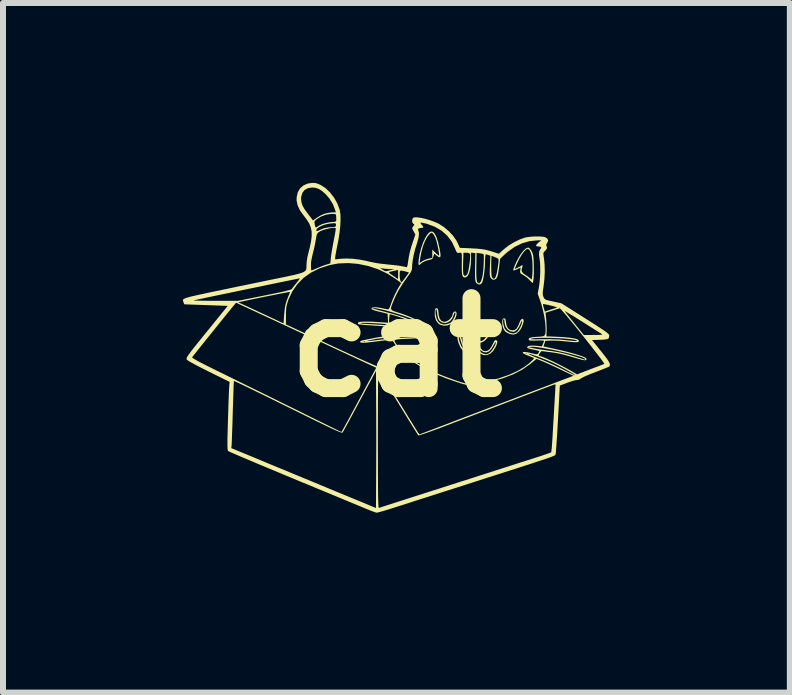
<source format=kicad_pcb>
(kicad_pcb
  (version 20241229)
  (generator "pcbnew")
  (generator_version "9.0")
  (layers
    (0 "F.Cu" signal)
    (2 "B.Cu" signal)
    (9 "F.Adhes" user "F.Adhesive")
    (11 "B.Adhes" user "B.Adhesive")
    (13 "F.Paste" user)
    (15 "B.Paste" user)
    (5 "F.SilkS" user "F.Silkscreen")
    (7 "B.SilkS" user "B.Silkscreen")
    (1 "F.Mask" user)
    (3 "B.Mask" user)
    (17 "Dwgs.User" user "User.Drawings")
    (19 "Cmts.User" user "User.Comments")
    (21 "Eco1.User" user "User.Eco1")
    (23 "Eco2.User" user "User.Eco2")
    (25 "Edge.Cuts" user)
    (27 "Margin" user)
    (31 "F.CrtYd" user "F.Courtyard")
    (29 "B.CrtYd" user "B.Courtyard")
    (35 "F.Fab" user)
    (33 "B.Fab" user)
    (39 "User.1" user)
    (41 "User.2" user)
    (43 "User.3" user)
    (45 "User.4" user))
  (footprint "cat"
    (layer "F.Cu")
    (at 3.563 2.744)
    (property "Reference" "cat" (at 0 0 0) (layer "F.SilkS") (effects (font (size 1.5 1.5) (thickness 0.3))))
    (attr board_only exclude_from_pos_files exclude_from_bom)
    (fp_poly (pts (xy 1.812 -0.48) (xy 1.82 -0.457) (xy 1.822 -0.44) (xy 1.834 -0.369) (xy 1.857 -0.32) (xy 1.892 -0.293) (xy 1.936 -0.285) (xy 1.974 -0.293) (xy 2.005 -0.318) (xy 2.031 -0.365) (xy 2.046 -0.405) (xy 2.065 -0.448) (xy 2.086 -0.473) (xy 2.104 -0.478) (xy 2.118 -0.461) (xy 2.119 -0.432) (xy 2.108 -0.389) (xy 2.089 -0.341) (xy 2.065 -0.296) (xy 2.04 -0.264) (xy 1.995 -0.227) (xy 1.949 -0.214) (xy 1.895 -0.222) (xy 1.886 -0.226) (xy 1.847 -0.243) (xy 1.815 -0.263) (xy 1.811 -0.266) (xy 1.785 -0.305) (xy 1.767 -0.359) (xy 1.762 -0.419) (xy 1.777 -0.419) (xy 1.784 -0.377) (xy 1.796 -0.334) (xy 1.805 -0.312) (xy 1.836 -0.276) (xy 1.882 -0.248) (xy 1.933 -0.234) (xy 1.943 -0.233) (xy 1.978 -0.241) (xy 2.01 -0.258) (xy 2.033 -0.285) (xy 2.058 -0.326) (xy 2.079 -0.37) (xy 2.092 -0.411) (xy 2.094 -0.438) (xy 2.088 -0.44) (xy 2.077 -0.42) (xy 2.067 -0.395) (xy 2.041 -0.339) (xy 2.008 -0.294) (xy 1.972 -0.266) (xy 1.945 -0.259) (xy 1.891 -0.271) (xy 1.846 -0.304) (xy 1.815 -0.353) (xy 1.8 -0.416) (xy 1.799 -0.434) (xy 1.796 -0.466) (xy 1.786 -0.472) (xy 1.785 -0.472) (xy 1.777 -0.453) (xy 1.777 -0.419) (xy 1.762 -0.419) (xy 1.762 -0.42) (xy 1.763 -0.434) (xy 1.768 -0.468) (xy 1.779 -0.483) (xy 1.793 -0.485)) (stroke (width 0) (type solid)) (fill yes) (layer "F.SilkS"))
    (fp_poly (pts (xy 0.604 -1.929) (xy 0.635 -1.901) (xy 0.663 -1.847) (xy 0.689 -1.77) (xy 0.698 -1.734) (xy 0.718 -1.645) (xy 0.73 -1.58) (xy 0.734 -1.536) (xy 0.731 -1.511) (xy 0.719 -1.503) (xy 0.698 -1.511) (xy 0.668 -1.532) (xy 0.667 -1.533) (xy 0.628 -1.564) (xy 0.615 -1.517) (xy 0.603 -1.486) (xy 0.585 -1.47) (xy 0.551 -1.461) (xy 0.548 -1.461) (xy 0.485 -1.444) (xy 0.433 -1.418) (xy 0.402 -1.393) (xy 0.382 -1.374) (xy 0.37 -1.377) (xy 0.365 -1.403) (xy 0.366 -1.407) (xy 0.385 -1.407) (xy 0.425 -1.435) (xy 0.462 -1.456) (xy 0.51 -1.474) (xy 0.53 -1.479) (xy 0.596 -1.495) (xy 0.596 -1.563) (xy 0.596 -1.631) (xy 0.649 -1.579) (xy 0.679 -1.552) (xy 0.7 -1.535) (xy 0.708 -1.532) (xy 0.71 -1.548) (xy 0.706 -1.583) (xy 0.698 -1.63) (xy 0.688 -1.684) (xy 0.675 -1.737) (xy 0.663 -1.784) (xy 0.659 -1.795) (xy 0.642 -1.84) (xy 0.622 -1.878) (xy 0.608 -1.897) (xy 0.589 -1.911) (xy 0.574 -1.91) (xy 0.553 -1.892) (xy 0.55 -1.889) (xy 0.511 -1.841) (xy 0.474 -1.772) (xy 0.441 -1.688) (xy 0.415 -1.594) (xy 0.396 -1.496) (xy 0.394 -1.482) (xy 0.385 -1.407) (xy 0.366 -1.407) (xy 0.368 -1.452) (xy 0.369 -1.46) (xy 0.385 -1.56) (xy 0.411 -1.66) (xy 0.444 -1.753) (xy 0.482 -1.833) (xy 0.523 -1.895) (xy 0.538 -1.911) (xy 0.572 -1.933)) (stroke (width 0) (type solid)) (fill yes) (layer "F.SilkS"))
    (fp_poly (pts (xy 0.685 -0.648) (xy 0.694 -0.626) (xy 0.696 -0.608) (xy 0.705 -0.532) (xy 0.721 -0.479) (xy 0.746 -0.445) (xy 0.78 -0.429) (xy 0.804 -0.427) (xy 0.839 -0.437) (xy 0.877 -0.461) (xy 0.91 -0.494) (xy 0.929 -0.527) (xy 0.932 -0.542) (xy 0.94 -0.572) (xy 0.958 -0.594) (xy 0.981 -0.6) (xy 0.992 -0.594) (xy 1.002 -0.57) (xy 0.998 -0.533) (xy 0.983 -0.49) (xy 0.958 -0.446) (xy 0.928 -0.408) (xy 0.902 -0.388) (xy 0.846 -0.366) (xy 0.785 -0.363) (xy 0.728 -0.378) (xy 0.7 -0.396) (xy 0.66 -0.446) (xy 0.639 -0.514) (xy 0.637 -0.589) (xy 0.639 -0.614) (xy 0.65 -0.614) (xy 0.65 -0.575) (xy 0.658 -0.529) (xy 0.67 -0.483) (xy 0.686 -0.445) (xy 0.69 -0.438) (xy 0.73 -0.4) (xy 0.782 -0.383) (xy 0.843 -0.389) (xy 0.895 -0.409) (xy 0.917 -0.428) (xy 0.94 -0.458) (xy 0.96 -0.495) (xy 0.976 -0.531) (xy 0.983 -0.562) (xy 0.98 -0.58) (xy 0.974 -0.583) (xy 0.963 -0.571) (xy 0.954 -0.544) (xy 0.953 -0.543) (xy 0.932 -0.487) (xy 0.898 -0.445) (xy 0.854 -0.417) (xy 0.806 -0.406) (xy 0.76 -0.414) (xy 0.719 -0.441) (xy 0.705 -0.459) (xy 0.692 -0.489) (xy 0.682 -0.534) (xy 0.677 -0.57) (xy 0.671 -0.615) (xy 0.663 -0.636) (xy 0.657 -0.636) (xy 0.65 -0.614) (xy 0.639 -0.614) (xy 0.641 -0.628) (xy 0.648 -0.648) (xy 0.663 -0.654) (xy 0.667 -0.654)) (stroke (width 0) (type solid)) (fill yes) (layer "F.SilkS"))
    (fp_poly (pts (xy 2.205 -1.663) (xy 2.225 -1.646) (xy 2.247 -1.616) (xy 2.256 -1.6) (xy 2.268 -1.573) (xy 2.277 -1.541) (xy 2.283 -1.499) (xy 2.287 -1.441) (xy 2.289 -1.382) (xy 2.29 -1.3) (xy 2.29 -1.225) (xy 2.286 -1.162) (xy 2.281 -1.113) (xy 2.275 -1.083) (xy 2.268 -1.076) (xy 2.255 -1.085) (xy 2.232 -1.109) (xy 2.217 -1.125) (xy 2.179 -1.162) (xy 2.132 -1.196) (xy 2.116 -1.205) (xy 2.081 -1.225) (xy 2.064 -1.241) (xy 2.06 -1.261) (xy 2.062 -1.284) (xy 2.069 -1.332) (xy 2.012 -1.304) (xy 1.978 -1.29) (xy 1.953 -1.284) (xy 1.947 -1.285) (xy 1.947 -1.301) (xy 1.95 -1.308) (xy 1.969 -1.308) (xy 2.002 -1.321) (xy 2.039 -1.339) (xy 2.063 -1.353) (xy 2.091 -1.37) (xy 2.103 -1.367) (xy 2.099 -1.345) (xy 2.097 -1.339) (xy 2.085 -1.297) (xy 2.089 -1.266) (xy 2.111 -1.237) (xy 2.155 -1.206) (xy 2.158 -1.204) (xy 2.198 -1.177) (xy 2.229 -1.152) (xy 2.245 -1.136) (xy 2.252 -1.136) (xy 2.258 -1.157) (xy 2.263 -1.195) (xy 2.267 -1.247) (xy 2.268 -1.306) (xy 2.268 -1.369) (xy 2.265 -1.431) (xy 2.264 -1.451) (xy 2.254 -1.524) (xy 2.238 -1.582) (xy 2.218 -1.623) (xy 2.195 -1.643) (xy 2.188 -1.644) (xy 2.16 -1.632) (xy 2.127 -1.599) (xy 2.089 -1.548) (xy 2.049 -1.481) (xy 2.01 -1.402) (xy 2.001 -1.382) (xy 1.969 -1.308) (xy 1.95 -1.308) (xy 1.958 -1.334) (xy 1.976 -1.379) (xy 2 -1.43) (xy 2.027 -1.482) (xy 2.055 -1.53) (xy 2.069 -1.553) (xy 2.115 -1.613) (xy 2.156 -1.65) (xy 2.19 -1.665)) (stroke (width 0) (type solid)) (fill yes) (layer "F.SilkS"))
    (fp_poly (pts (xy 1.402 -0.294) (xy 1.454 -0.274) (xy 1.496 -0.247) (xy 1.522 -0.214) (xy 1.528 -0.191) (xy 1.517 -0.162) (xy 1.49 -0.13) (xy 1.455 -0.101) (xy 1.418 -0.084) (xy 1.412 -0.082) (xy 1.385 -0.074) (xy 1.378 -0.059) (xy 1.38 -0.04) (xy 1.402 0.014) (xy 1.435 0.049) (xy 1.475 0.063) (xy 1.52 0.054) (xy 1.527 0.05) (xy 1.552 0.028) (xy 1.579 -0.008) (xy 1.589 -0.026) (xy 1.614 -0.076) (xy 1.631 -0.106) (xy 1.644 -0.12) (xy 1.656 -0.123) (xy 1.663 -0.121) (xy 1.679 -0.108) (xy 1.681 -0.083) (xy 1.668 -0.042) (xy 1.652 -0.006) (xy 1.613 0.058) (xy 1.565 0.103) (xy 1.512 0.127) (xy 1.458 0.129) (xy 1.418 0.114) (xy 1.388 0.094) (xy 1.365 0.076) (xy 1.345 0.061) (xy 1.326 0.059) (xy 1.296 0.069) (xy 1.291 0.071) (xy 1.221 0.089) (xy 1.16 0.084) (xy 1.108 0.054) (xy 1.065 0.001) (xy 1.033 -0.075) (xy 1.024 -0.107) (xy 1.017 -0.144) (xy 1.039 -0.144) (xy 1.049 -0.102) (xy 1.066 -0.055) (xy 1.087 -0.011) (xy 1.109 0.023) (xy 1.113 0.028) (xy 1.159 0.057) (xy 1.215 0.066) (xy 1.273 0.054) (xy 1.303 0.04) (xy 1.343 0.015) (xy 1.369 0.051) (xy 1.404 0.081) (xy 1.452 0.105) (xy 1.493 0.115) (xy 1.51 0.111) (xy 1.539 0.098) (xy 1.541 0.097) (xy 1.569 0.074) (xy 1.6 0.036) (xy 1.628 -0.009) (xy 1.649 -0.052) (xy 1.656 -0.084) (xy 1.651 -0.09) (xy 1.638 -0.073) (xy 1.624 -0.046) (xy 1.584 0.022) (xy 1.543 0.066) (xy 1.5 0.084) (xy 1.455 0.079) (xy 1.438 0.072) (xy 1.39 0.035) (xy 1.364 -0.015) (xy 1.359 -0.055) (xy 1.361 -0.087) (xy 1.371 -0.1) (xy 1.393 -0.104) (xy 1.396 -0.104) (xy 1.429 -0.113) (xy 1.462 -0.135) (xy 1.488 -0.165) (xy 1.5 -0.194) (xy 1.5 -0.201) (xy 1.482 -0.232) (xy 1.446 -0.257) (xy 1.399 -0.273) (xy 1.347 -0.281) (xy 1.297 -0.279) (xy 1.255 -0.267) (xy 1.228 -0.244) (xy 1.224 -0.237) (xy 1.226 -0.21) (xy 1.243 -0.176) (xy 1.27 -0.143) (xy 1.302 -0.119) (xy 1.308 -0.116) (xy 1.337 -0.099) (xy 1.345 -0.075) (xy 1.334 -0.04) (xy 1.328 -0.028) (xy 1.293 0.013) (xy 1.242 0.038) (xy 1.202 0.043) (xy 1.16 0.031) (xy 1.121 -0.002) (xy 1.09 -0.051) (xy 1.075 -0.093) (xy 1.061 -0.143) (xy 1.052 -0.171) (xy 1.045 -0.179) (xy 1.04 -0.172) (xy 1.039 -0.144) (xy 1.017 -0.144) (xy 1.015 -0.154) (xy 1.018 -0.181) (xy 1.033 -0.193) (xy 1.049 -0.194) (xy 1.072 -0.182) (xy 1.082 -0.159) (xy 1.097 -0.097) (xy 1.11 -0.055) (xy 1.123 -0.027) (xy 1.14 -0.007) (xy 1.148 -0.001) (xy 1.193 0.022) (xy 1.236 0.02) (xy 1.279 -0.008) (xy 1.283 -0.012) (xy 1.312 -0.049) (xy 1.318 -0.077) (xy 1.301 -0.095) (xy 1.295 -0.097) (xy 1.264 -0.117) (xy 1.234 -0.151) (xy 1.212 -0.191) (xy 1.204 -0.223) (xy 1.212 -0.257) (xy 1.239 -0.281) (xy 1.288 -0.298) (xy 1.291 -0.298) (xy 1.346 -0.303)) (stroke (width 0) (type solid)) (fill yes) (layer "F.SilkS"))
    (fp_poly (pts (xy -1.34 -2.739) (xy -1.3 -2.724) (xy -1.262 -2.707) (xy -1.182 -2.655) (xy -1.107 -2.582) (xy -1.04 -2.495) (xy -0.986 -2.398) (xy -0.949 -2.298) (xy -0.945 -2.28) (xy -0.935 -2.211) (xy -0.934 -2.122) (xy -0.939 -2.018) (xy -0.952 -1.903) (xy -0.971 -1.783) (xy -0.983 -1.722) (xy -0.997 -1.653) (xy -1.009 -1.59) (xy -1.018 -1.54) (xy -1.022 -1.508) (xy -1.023 -1.501) (xy -1.023 -1.468) (xy -0.929 -1.479) (xy -0.839 -1.483) (xy -0.734 -1.479) (xy -0.621 -1.465) (xy -0.507 -1.444) (xy -0.459 -1.432) (xy -0.399 -1.419) (xy -0.324 -1.405) (xy -0.242 -1.394) (xy -0.168 -1.386) (xy -0.07 -1.376) (xy 0.018 -1.366) (xy 0.089 -1.355) (xy 0.142 -1.344) (xy 0.164 -1.337) (xy 0.176 -1.345) (xy 0.185 -1.378) (xy 0.187 -1.394) (xy 0.203 -1.499) (xy 0.222 -1.592) (xy 0.247 -1.684) (xy 0.268 -1.747) (xy 0.314 -1.883) (xy 0.284 -1.938) (xy 0.266 -1.971) (xy 0.261 -1.991) (xy 0.267 -2.006) (xy 0.279 -2.02) (xy 0.295 -2.04) (xy 0.294 -2.052) (xy 0.281 -2.06) (xy 0.264 -2.083) (xy 0.259 -2.116) (xy 0.268 -2.148) (xy 0.278 -2.162) (xy 0.305 -2.17) (xy 0.35 -2.169) (xy 0.41 -2.16) (xy 0.478 -2.145) (xy 0.551 -2.124) (xy 0.623 -2.098) (xy 0.689 -2.07) (xy 0.706 -2.061) (xy 0.79 -2.008) (xy 0.87 -1.94) (xy 0.941 -1.864) (xy 0.997 -1.785) (xy 1.017 -1.746) (xy 1.055 -1.661) (xy 1.236 -1.653) (xy 1.325 -1.648) (xy 1.396 -1.642) (xy 1.456 -1.634) (xy 1.513 -1.622) (xy 1.575 -1.604) (xy 1.62 -1.59) (xy 1.707 -1.562) (xy 1.787 -1.635) (xy 1.865 -1.696) (xy 1.956 -1.752) (xy 2.051 -1.799) (xy 2.14 -1.831) (xy 2.143 -1.832) (xy 2.195 -1.841) (xy 2.258 -1.848) (xy 2.326 -1.851) (xy 2.391 -1.85) (xy 2.444 -1.846) (xy 2.478 -1.839) (xy 2.514 -1.816) (xy 2.528 -1.786) (xy 2.517 -1.751) (xy 2.512 -1.745) (xy 2.496 -1.714) (xy 2.499 -1.695) (xy 2.51 -1.665) (xy 2.501 -1.637) (xy 2.477 -1.611) (xy 2.46 -1.594) (xy 2.45 -1.577) (xy 2.449 -1.554) (xy 2.453 -1.518) (xy 2.458 -1.49) (xy 2.469 -1.384) (xy 2.472 -1.264) (xy 2.466 -1.139) (xy 2.452 -1.018) (xy 2.443 -0.957) (xy 2.438 -0.914) (xy 2.439 -0.885) (xy 2.443 -0.861) (xy 2.451 -0.841) (xy 2.46 -0.822) (xy 2.472 -0.807) (xy 2.49 -0.796) (xy 2.521 -0.786) (xy 2.569 -0.775) (xy 2.611 -0.766) (xy 2.751 -0.735) (xy 3.149 -0.483) (xy 3.253 -0.417) (xy 3.338 -0.363) (xy 3.404 -0.319) (xy 3.455 -0.285) (xy 3.493 -0.259) (xy 3.518 -0.239) (xy 3.535 -0.223) (xy 3.543 -0.211) (xy 3.547 -0.2) (xy 3.547 -0.195) (xy 3.542 -0.163) (xy 3.53 -0.144) (xy 3.511 -0.138) (xy 3.472 -0.132) (xy 3.42 -0.128) (xy 3.387 -0.127) (xy 3.26 -0.123) (xy 3.41 0.063) (xy 3.469 0.137) (xy 3.513 0.195) (xy 3.541 0.239) (xy 3.556 0.272) (xy 3.559 0.296) (xy 3.552 0.313) (xy 3.544 0.32) (xy 3.527 0.328) (xy 3.49 0.344) (xy 3.437 0.365) (xy 3.373 0.39) (xy 3.311 0.414) (xy 3.24 0.441) (xy 3.176 0.468) (xy 3.124 0.491) (xy 3.088 0.51) (xy 3.073 0.519) (xy 3.042 0.538) (xy 3.009 0.544) (xy 2.979 0.548) (xy 2.933 0.56) (xy 2.878 0.578) (xy 2.846 0.59) (xy 2.723 0.636) (xy 2.693 1.195) (xy 2.686 1.314) (xy 2.68 1.425) (xy 2.673 1.526) (xy 2.667 1.615) (xy 2.662 1.687) (xy 2.658 1.741) (xy 2.654 1.774) (xy 2.653 1.782) (xy 2.651 1.787) (xy 2.65 1.791) (xy 2.646 1.795) (xy 2.64 1.799) (xy 2.63 1.805) (xy 2.615 1.812) (xy 2.592 1.821) (xy 2.562 1.832) (xy 2.522 1.846) (xy 2.472 1.864) (xy 2.41 1.884) (xy 2.334 1.909) (xy 2.244 1.939) (xy 2.138 1.973) (xy 2.015 2.013) (xy 1.874 2.058) (xy 1.713 2.11) (xy 1.53 2.168) (xy 1.326 2.234) (xy 1.146 2.292) (xy 0.993 2.341) (xy 0.839 2.39) (xy 0.689 2.438) (xy 0.544 2.485) (xy 0.407 2.528) (xy 0.283 2.568) (xy 0.173 2.604) (xy 0.081 2.633) (xy 0.009 2.656) (xy -0.007 2.661) (xy -0.092 2.688) (xy -0.169 2.712) (xy -0.235 2.732) (xy -0.287 2.746) (xy -0.321 2.755) (xy -0.331 2.756) (xy -0.352 2.751) (xy -0.391 2.737) (xy -0.444 2.717) (xy -0.504 2.692) (xy -0.518 2.687) (xy -0.554 2.671) (xy -0.613 2.647) (xy -0.691 2.615) (xy -0.787 2.575) (xy -0.898 2.529) (xy -1.023 2.477) (xy -1.16 2.42) (xy -1.306 2.36) (xy -1.459 2.296) (xy -1.618 2.231) (xy -1.735 2.182) (xy -1.892 2.117) (xy -2.042 2.054) (xy -2.184 1.995) (xy -2.316 1.94) (xy -2.436 1.889) (xy -2.543 1.844) (xy -2.634 1.805) (xy -2.707 1.774) (xy -2.762 1.75) (xy -2.796 1.734) (xy -2.808 1.728) (xy -2.813 1.72) (xy -2.816 1.706) (xy -2.819 1.683) (xy -2.819 1.679) (xy -2.756 1.679) (xy -2.371 1.838) (xy -2.261 1.884) (xy -2.134 1.937) (xy -1.996 1.994) (xy -1.854 2.052) (xy -1.716 2.11) (xy -1.586 2.163) (xy -1.541 2.182) (xy -1.417 2.233) (xy -1.283 2.289) (xy -1.143 2.347) (xy -1.005 2.404) (xy -0.875 2.458) (xy -0.759 2.506) (xy -0.719 2.522) (xy -0.343 2.678) (xy -0.34 2.11) (xy -0.339 1.962) (xy -0.339 1.795) (xy -0.338 1.617) (xy -0.338 1.533) (xy -0.311 1.533) (xy -0.311 1.738) (xy -0.31 1.92) (xy -0.31 2.078) (xy -0.309 2.214) (xy -0.309 2.329) (xy -0.308 2.426) (xy -0.307 2.504) (xy -0.305 2.566) (xy -0.303 2.613) (xy -0.301 2.646) (xy -0.299 2.666) (xy -0.296 2.676) (xy -0.295 2.676) (xy -0.278 2.671) (xy -0.24 2.659) (xy -0.186 2.641) (xy -0.119 2.62) (xy -0.044 2.596) (xy -0.032 2.592) (xy 0.023 2.574) (xy 0.099 2.55) (xy 0.195 2.519) (xy 0.307 2.483) (xy 0.433 2.443) (xy 0.569 2.399) (xy 0.714 2.353) (xy 0.863 2.305) (xy 1.015 2.256) (xy 1.081 2.235) (xy 1.23 2.188) (xy 1.375 2.141) (xy 1.513 2.097) (xy 1.643 2.055) (xy 1.762 2.017) (xy 1.868 1.983) (xy 1.958 1.954) (xy 2.029 1.931) (xy 2.079 1.915) (xy 2.097 1.91) (xy 2.234 1.866) (xy 2.346 1.83) (xy 2.435 1.801) (xy 2.502 1.778) (xy 2.548 1.762) (xy 2.573 1.752) (xy 2.579 1.749) (xy 2.582 1.735) (xy 2.586 1.698) (xy 2.591 1.642) (xy 2.596 1.57) (xy 2.602 1.485) (xy 2.607 1.392) (xy 2.608 1.379) (xy 2.614 1.271) (xy 2.621 1.16) (xy 2.627 1.051) (xy 2.633 0.952) (xy 2.638 0.867) (xy 2.641 0.816) (xy 2.645 0.747) (xy 2.648 0.688) (xy 2.65 0.644) (xy 2.65 0.618) (xy 2.65 0.613) (xy 2.638 0.617) (xy 2.606 0.628) (xy 2.56 0.644) (xy 2.512 0.663) (xy 2.442 0.689) (xy 2.352 0.723) (xy 2.244 0.764) (xy 2.121 0.811) (xy 1.986 0.863) (xy 1.843 0.917) (xy 1.694 0.974) (xy 1.543 1.032) (xy 1.393 1.089) (xy 1.246 1.145) (xy 1.107 1.198) (xy 0.978 1.247) (xy 0.862 1.292) (xy 0.83 1.304) (xy 0.728 1.343) (xy 0.632 1.378) (xy 0.547 1.409) (xy 0.475 1.434) (xy 0.419 1.453) (xy 0.381 1.464) (xy 0.364 1.468) (xy 0.363 1.467) (xy 0.354 1.454) (xy 0.334 1.422) (xy 0.302 1.371) (xy 0.261 1.305) (xy 0.212 1.227) (xy 0.157 1.137) (xy 0.096 1.038) (xy 0.039 0.945) (xy -0.026 0.84) (xy -0.086 0.741) (xy -0.142 0.651) (xy -0.191 0.571) (xy -0.232 0.505) (xy -0.264 0.454) (xy -0.285 0.421) (xy -0.293 0.408) (xy -0.296 0.407) (xy -0.299 0.413) (xy -0.301 0.428) (xy -0.303 0.453) (xy -0.305 0.491) (xy -0.306 0.541) (xy -0.308 0.607) (xy -0.309 0.688) (xy -0.309 0.787) (xy -0.31 0.906) (xy -0.31 1.045) (xy -0.311 1.205) (xy -0.311 1.39) (xy -0.311 1.533) (xy -0.338 1.533) (xy -0.338 1.436) (xy -0.339 1.258) (xy -0.339 1.093) (xy -0.34 0.967) (xy -0.343 0.392) (xy -0.615 0.896) (xy -0.672 1.002) (xy -0.725 1.101) (xy -0.774 1.191) (xy -0.816 1.269) (xy -0.852 1.334) (xy -0.878 1.382) (xy -0.895 1.412) (xy -0.9 1.42) (xy -0.906 1.422) (xy -0.92 1.42) (xy -0.943 1.412) (xy -0.976 1.399) (xy -1.022 1.379) (xy -1.082 1.352) (xy -1.157 1.316) (xy -1.25 1.271) (xy -1.361 1.217) (xy -1.493 1.152) (xy -1.586 1.106) (xy -1.793 1.004) (xy -1.978 0.913) (xy -2.14 0.833) (xy -2.281 0.764) (xy -2.402 0.705) (xy -2.501 0.657) (xy -2.581 0.619) (xy -2.641 0.59) (xy -2.683 0.571) (xy -2.707 0.561) (xy -2.713 0.56) (xy -2.714 0.573) (xy -2.715 0.609) (xy -2.718 0.666) (xy -2.72 0.74) (xy -2.723 0.829) (xy -2.726 0.93) (xy -2.73 1.039) (xy -2.731 1.068) (xy -2.734 1.182) (xy -2.737 1.29) (xy -2.741 1.388) (xy -2.744 1.474) (xy -2.746 1.544) (xy -2.749 1.595) (xy -2.75 1.623) (xy -2.75 1.626) (xy -2.756 1.679) (xy -2.819 1.679) (xy -2.82 1.648) (xy -2.82 1.599) (xy -2.82 1.534) (xy -2.818 1.451) (xy -2.815 1.347) (xy -2.812 1.22) (xy -2.811 1.195) (xy -2.807 1.08) (xy -2.804 0.971) (xy -2.8 0.872) (xy -2.797 0.785) (xy -2.794 0.714) (xy -2.791 0.661) (xy -2.789 0.631) (xy -2.789 0.627) (xy -2.783 0.575) (xy -3.133 0.402) (xy -3.228 0.354) (xy -3.313 0.311) (xy -3.384 0.273) (xy -3.441 0.242) (xy -3.479 0.219) (xy -3.496 0.205) (xy -3.497 0.204) (xy -3.501 0.196) (xy -3.502 0.187) (xy -3.5 0.176) (xy -3.495 0.165) (xy -3.409 0.165) (xy -3.403 0.174) (xy -3.377 0.191) (xy -3.331 0.218) (xy -3.263 0.254) (xy -3.175 0.299) (xy -3.063 0.355) (xy -2.988 0.392) (xy -2.851 0.459) (xy -2.705 0.531) (xy -2.553 0.606) (xy -2.396 0.683) (xy -2.237 0.761) (xy -2.079 0.839) (xy -1.924 0.916) (xy -1.775 0.989) (xy -1.633 1.059) (xy -1.502 1.124) (xy -1.384 1.182) (xy -1.282 1.233) (xy -1.198 1.274) (xy -1.133 1.306) (xy -1.126 1.31) (xy -1.06 1.342) (xy -1.003 1.37) (xy -0.958 1.392) (xy -0.928 1.406) (xy -0.919 1.41) (xy -0.912 1.399) (xy -0.894 1.368) (xy -0.866 1.318) (xy -0.831 1.254) (xy -0.788 1.176) (xy -0.741 1.088) (xy -0.689 0.992) (xy -0.68 0.974) (xy -0.625 0.872) (xy -0.572 0.773) (xy -0.522 0.68) (xy -0.478 0.597) (xy -0.44 0.527) (xy -0.411 0.473) (xy -0.393 0.439) (xy -0.34 0.341) (xy -0.308 0.341) (xy -0.279 0.387) (xy -0.265 0.41) (xy -0.239 0.451) (xy -0.204 0.508) (xy -0.161 0.578) (xy -0.112 0.657) (xy -0.06 0.743) (xy -0.039 0.777) (xy 0.051 0.923) (xy 0.129 1.049) (xy 0.194 1.155) (xy 0.248 1.242) (xy 0.292 1.313) (xy 0.326 1.367) (xy 0.351 1.407) (xy 0.368 1.433) (xy 0.378 1.447) (xy 0.381 1.45) (xy 0.394 1.446) (xy 0.428 1.433) (xy 0.48 1.413) (xy 0.548 1.387) (xy 0.629 1.357) (xy 0.719 1.322) (xy 0.779 1.3) (xy 0.893 1.256) (xy 1.026 1.205) (xy 1.173 1.149) (xy 1.331 1.089) (xy 1.497 1.026) (xy 1.666 0.961) (xy 1.836 0.897) (xy 2.003 0.833) (xy 2.164 0.772) (xy 2.315 0.714) (xy 2.453 0.662) (xy 2.574 0.616) (xy 2.675 0.577) (xy 2.689 0.572) (xy 2.951 0.473) (xy 2.744 0.373) (xy 2.668 0.337) (xy 2.591 0.301) (xy 2.521 0.269) (xy 2.463 0.244) (xy 2.436 0.232) (xy 2.335 0.191) (xy 2.229 0.277) (xy 2.095 0.371) (xy 1.941 0.451) (xy 1.767 0.517) (xy 1.572 0.572) (xy 1.497 0.588) (xy 1.405 0.606) (xy 1.333 0.619) (xy 1.276 0.627) (xy 1.229 0.63) (xy 1.186 0.627) (xy 1.143 0.619) (xy 1.094 0.606) (xy 1.04 0.589) (xy 0.819 0.513) (xy 0.616 0.429) (xy 0.434 0.338) (xy 0.288 0.25) (xy 0.181 0.18) (xy -0.064 0.26) (xy -0.308 0.341) (xy -0.34 0.341) (xy -0.339 0.339) (xy -1.086 -0.008) (xy -1.232 -0.076) (xy -1.383 -0.146) (xy -1.537 -0.217) (xy -1.688 -0.287) (xy -1.833 -0.355) (xy -1.895 -0.384) (xy -1.845 -0.384) (xy -1.683 -0.309) (xy -1.638 -0.288) (xy -1.574 -0.258) (xy -1.491 -0.219) (xy -1.395 -0.175) (xy -1.287 -0.124) (xy -1.172 -0.071) (xy -1.051 -0.014) (xy -0.929 0.043) (xy -0.926 0.044) (xy -0.809 0.098) (xy -0.7 0.148) (xy -0.6 0.194) (xy -0.511 0.234) (xy -0.436 0.267) (xy -0.377 0.293) (xy -0.336 0.31) (xy -0.316 0.317) (xy -0.315 0.317) (xy -0.298 0.312) (xy -0.261 0.3) (xy -0.207 0.283) (xy -0.141 0.262) (xy -0.067 0.238) (xy -0.065 0.238) (xy 0.169 0.163) (xy 0.087 0.082) (xy 0.044 0.036) (xy 0.003 -0.014) (xy -0.028 -0.057) (xy -0.033 -0.064) (xy -0.057 -0.099) (xy -0.079 -0.123) (xy -0.092 -0.129) (xy -0.112 -0.128) (xy -0.152 -0.123) (xy -0.208 -0.116) (xy -0.274 -0.108) (xy -0.304 -0.104) (xy -0.413 -0.09) (xy -0.496 -0.081) (xy -0.556 -0.078) (xy -0.593 -0.081) (xy -0.608 -0.088) (xy -0.608 -0.09) (xy -0.607 -0.094) (xy -0.551 -0.094) (xy -0.538 -0.092) (xy -0.522 -0.094) (xy -0.521 -0.098) (xy -0.539 -0.102) (xy -0.546 -0.099) (xy -0.551 -0.094) (xy -0.607 -0.094) (xy -0.6 -0.107) (xy -0.599 -0.108) (xy -0.492 -0.108) (xy -0.485 -0.106) (xy -0.455 -0.108) (xy -0.399 -0.114) (xy -0.319 -0.123) (xy -0.276 -0.129) (xy -0.189 -0.139) (xy -0.087 -0.148) (xy 0.018 -0.156) (xy 0.116 -0.162) (xy 0.142 -0.163) (xy 0.214 -0.167) (xy 0.275 -0.17) (xy 0.322 -0.173) (xy 0.351 -0.176) (xy 0.357 -0.178) (xy 0.343 -0.18) (xy 0.308 -0.181) (xy 0.255 -0.182) (xy 0.19 -0.183) (xy 0.14 -0.183) (xy -0.106 -0.173) (xy -0.34 -0.142) (xy -0.433 -0.123) (xy -0.474 -0.114) (xy -0.492 -0.108) (xy -0.599 -0.108) (xy -0.599 -0.108) (xy -0.581 -0.114) (xy -0.543 -0.123) (xy -0.49 -0.134) (xy -0.428 -0.146) (xy -0.363 -0.159) (xy -0.298 -0.171) (xy -0.241 -0.18) (xy -0.196 -0.187) (xy -0.184 -0.189) (xy -0.14 -0.194) (xy -0.117 -0.2) (xy -0.109 -0.21) (xy -0.112 -0.224) (xy -0.112 -0.225) (xy -0.121 -0.257) (xy -0.13 -0.296) (xy -0.139 -0.327) (xy -0.146 -0.344) (xy -0.147 -0.345) (xy -0.161 -0.348) (xy -0.197 -0.352) (xy -0.251 -0.356) (xy -0.317 -0.36) (xy -0.39 -0.365) (xy -0.467 -0.37) (xy -0.534 -0.375) (xy -0.588 -0.38) (xy -0.625 -0.385) (xy -0.64 -0.39) (xy -0.643 -0.406) (xy -0.605 -0.406) (xy -0.602 -0.403) (xy -0.58 -0.399) (xy -0.538 -0.394) (xy -0.48 -0.39) (xy -0.413 -0.386) (xy -0.382 -0.385) (xy -0.245 -0.376) (xy -0.113 -0.36) (xy 0.013 -0.338) (xy 0.1 -0.322) (xy 0.165 -0.309) (xy 0.213 -0.3) (xy 0.247 -0.294) (xy 0.271 -0.29) (xy 0.29 -0.288) (xy 0.306 -0.287) (xy 0.311 -0.287) (xy 0.33 -0.287) (xy 0.328 -0.292) (xy 0.304 -0.303) (xy 0.302 -0.304) (xy 0.256 -0.319) (xy 0.187 -0.336) (xy 0.099 -0.352) (xy -0.004 -0.369) (xy -0.097 -0.381) (xy -0.16 -0.388) (xy -0.23 -0.394) (xy -0.304 -0.4) (xy -0.378 -0.404) (xy -0.447 -0.408) (xy -0.508 -0.41) (xy -0.557 -0.41) (xy -0.591 -0.409) (xy -0.605 -0.406) (xy -0.643 -0.406) (xy -0.643 -0.407) (xy -0.636 -0.418) (xy -0.614 -0.426) (xy -0.567 -0.43) (xy -0.497 -0.431) (xy -0.406 -0.429) (xy -0.294 -0.422) (xy -0.261 -0.42) (xy -0.141 -0.412) (xy -0.143 -0.45) (xy -0.125 -0.45) (xy -0.124 -0.422) (xy -0.12 -0.414) (xy -0.104 -0.408) (xy -0.068 -0.401) (xy -0.018 -0.393) (xy 0.013 -0.389) (xy 0.088 -0.377) (xy 0.163 -0.363) (xy 0.232 -0.348) (xy 0.289 -0.332) (xy 0.329 -0.318) (xy 0.345 -0.309) (xy 0.36 -0.287) (xy 0.362 -0.276) (xy 0.358 -0.268) (xy 0.343 -0.264) (xy 0.315 -0.264) (xy 0.271 -0.269) (xy 0.209 -0.279) (xy 0.125 -0.294) (xy 0.06 -0.306) (xy -0.002 -0.318) (xy -0.055 -0.327) (xy -0.092 -0.332) (xy -0.11 -0.334) (xy -0.111 -0.333) (xy -0.111 -0.319) (xy -0.105 -0.289) (xy -0.1 -0.268) (xy -0.084 -0.206) (xy 0.145 -0.204) (xy 0.239 -0.202) (xy 0.309 -0.199) (xy 0.357 -0.194) (xy 0.384 -0.188) (xy 0.39 -0.185) (xy 0.4 -0.167) (xy 0.398 -0.161) (xy 0.383 -0.157) (xy 0.347 -0.154) (xy 0.293 -0.15) (xy 0.228 -0.146) (xy 0.183 -0.144) (xy 0.112 -0.141) (xy 0.051 -0.137) (xy 0.003 -0.132) (xy -0.027 -0.128) (xy -0.033 -0.126) (xy -0.034 -0.108) (xy -0.018 -0.077) (xy 0.011 -0.036) (xy 0.051 0.012) (xy 0.099 0.063) (xy 0.151 0.114) (xy 0.205 0.162) (xy 0.245 0.193) (xy 0.342 0.26) (xy 0.442 0.32) (xy 0.551 0.377) (xy 0.672 0.431) (xy 0.811 0.486) (xy 0.958 0.54) (xy 1.034 0.566) (xy 1.091 0.584) (xy 1.134 0.596) (xy 1.169 0.602) (xy 1.201 0.605) (xy 1.235 0.604) (xy 1.256 0.603) (xy 1.309 0.598) (xy 1.378 0.588) (xy 1.452 0.575) (xy 1.509 0.564) (xy 1.703 0.516) (xy 1.875 0.457) (xy 2.023 0.389) (xy 2.121 0.331) (xy 2.166 0.299) (xy 2.21 0.265) (xy 2.248 0.231) (xy 2.276 0.203) (xy 2.291 0.183) (xy 2.291 0.177) (xy 2.276 0.17) (xy 2.245 0.157) (xy 2.207 0.142) (xy 2.151 0.12) (xy 2.127 0.107) (xy 2.197 0.107) (xy 2.204 0.113) (xy 2.231 0.126) (xy 2.275 0.145) (xy 2.331 0.168) (xy 2.364 0.181) (xy 2.439 0.211) (xy 2.529 0.25) (xy 2.623 0.293) (xy 2.714 0.336) (xy 2.757 0.357) (xy 2.834 0.396) (xy 2.89 0.424) (xy 2.93 0.443) (xy 2.955 0.456) (xy 2.97 0.462) (xy 2.976 0.464) (xy 2.978 0.463) (xy 2.978 0.461) (xy 2.978 0.461) (xy 2.967 0.451) (xy 2.937 0.432) (xy 2.892 0.406) (xy 2.836 0.374) (xy 2.773 0.34) (xy 2.707 0.305) (xy 2.658 0.28) (xy 2.601 0.253) (xy 2.535 0.224) (xy 2.464 0.195) (xy 2.393 0.168) (xy 2.327 0.143) (xy 2.289 0.131) (xy 2.369 0.131) (xy 2.38 0.139) (xy 2.409 0.15) (xy 2.424 0.154) (xy 2.463 0.169) (xy 2.519 0.193) (xy 2.587 0.224) (xy 2.663 0.26) (xy 2.74 0.299) (xy 2.813 0.337) (xy 2.878 0.372) (xy 2.913 0.392) (xy 3.01 0.45) (xy 3.075 0.424) (xy 3.113 0.41) (xy 3.167 0.389) (xy 3.231 0.364) (xy 3.295 0.34) (xy 3.355 0.318) (xy 3.406 0.298) (xy 3.444 0.283) (xy 3.464 0.274) (xy 3.465 0.274) (xy 3.46 0.263) (xy 3.44 0.234) (xy 3.408 0.19) (xy 3.365 0.134) (xy 3.313 0.067) (xy 3.255 -0.008) (xy 3.192 -0.088) (xy 3.126 -0.171) (xy 3.059 -0.254) (xy 2.993 -0.336) (xy 2.93 -0.413) (xy 2.872 -0.483) (xy 2.821 -0.545) (xy 2.778 -0.594) (xy 2.769 -0.605) (xy 2.805 -0.605) (xy 2.806 -0.604) (xy 2.817 -0.589) (xy 2.841 -0.558) (xy 2.877 -0.513) (xy 2.921 -0.458) (xy 2.97 -0.398) (xy 2.97 -0.397) (xy 3.124 -0.207) (xy 3.287 -0.208) (xy 3.355 -0.208) (xy 3.399 -0.21) (xy 3.424 -0.213) (xy 3.43 -0.217) (xy 3.424 -0.223) (xy 3.407 -0.234) (xy 3.371 -0.256) (xy 3.319 -0.289) (xy 3.254 -0.33) (xy 3.181 -0.376) (xy 3.101 -0.427) (xy 3.097 -0.429) (xy 3.019 -0.478) (xy 2.949 -0.522) (xy 2.89 -0.557) (xy 2.845 -0.584) (xy 2.816 -0.601) (xy 2.805 -0.605) (xy 2.769 -0.605) (xy 2.746 -0.63) (xy 2.727 -0.649) (xy 2.723 -0.652) (xy 2.707 -0.648) (xy 2.672 -0.637) (xy 2.624 -0.622) (xy 2.599 -0.614) (xy 2.485 -0.579) (xy 2.495 -0.48) (xy 2.5 -0.413) (xy 2.503 -0.339) (xy 2.503 -0.284) (xy 2.5 -0.185) (xy 2.69 -0.177) (xy 2.809 -0.17) (xy 2.904 -0.16) (xy 2.974 -0.148) (xy 3.019 -0.134) (xy 3.039 -0.117) (xy 3.04 -0.115) (xy 3.039 -0.101) (xy 3.03 -0.091) (xy 3.009 -0.087) (xy 2.972 -0.087) (xy 2.916 -0.091) (xy 2.841 -0.099) (xy 2.767 -0.106) (xy 2.692 -0.111) (xy 2.625 -0.114) (xy 2.578 -0.114) (xy 2.482 -0.11) (xy 2.466 -0.064) (xy 2.45 -0.017) (xy 2.665 0.03) (xy 2.775 0.055) (xy 2.877 0.081) (xy 2.969 0.106) (xy 3.046 0.13) (xy 3.106 0.151) (xy 3.145 0.168) (xy 3.152 0.173) (xy 3.169 0.191) (xy 3.165 0.206) (xy 3.163 0.208) (xy 3.151 0.214) (xy 3.128 0.213) (xy 3.091 0.206) (xy 3.036 0.191) (xy 2.988 0.177) (xy 2.888 0.148) (xy 2.808 0.126) (xy 2.739 0.109) (xy 2.677 0.096) (xy 2.616 0.086) (xy 2.548 0.077) (xy 2.545 0.077) (xy 2.417 0.061) (xy 2.393 0.092) (xy 2.376 0.116) (xy 2.369 0.131) (xy 2.289 0.131) (xy 2.27 0.124) (xy 2.226 0.111) (xy 2.2 0.107) (xy 2.197 0.107) (xy 2.127 0.107) (xy 2.118 0.102) (xy 2.11 0.095) (xy 2.153 0.095) (xy 2.155 0.103) (xy 2.162 0.104) (xy 2.173 0.099) (xy 2.171 0.095) (xy 2.155 0.093) (xy 2.153 0.095) (xy 2.11 0.095) (xy 2.104 0.09) (xy 2.109 0.079) (xy 2.113 0.076) (xy 2.133 0.075) (xy 2.171 0.079) (xy 2.22 0.089) (xy 2.239 0.094) (xy 2.291 0.106) (xy 2.324 0.113) (xy 2.344 0.113) (xy 2.356 0.107) (xy 2.365 0.097) (xy 2.378 0.074) (xy 2.382 0.064) (xy 2.37 0.058) (xy 2.34 0.049) (xy 2.296 0.04) (xy 2.292 0.039) (xy 2.233 0.027) (xy 2.196 0.015) (xy 2.179 0.004) (xy 2.179 -0.006) (xy 2.194 -0.006) (xy 2.265 0.01) (xy 2.307 0.019) (xy 2.367 0.029) (xy 2.435 0.039) (xy 2.485 0.046) (xy 2.597 0.062) (xy 2.693 0.078) (xy 2.782 0.097) (xy 2.874 0.122) (xy 2.977 0.153) (xy 2.978 0.153) (xy 3.038 0.172) (xy 3.089 0.188) (xy 3.125 0.2) (xy 3.142 0.205) (xy 3.143 0.206) (xy 3.146 0.197) (xy 3.146 0.195) (xy 3.134 0.183) (xy 3.099 0.167) (xy 3.047 0.149) (xy 2.979 0.129) (xy 2.899 0.108) (xy 2.811 0.086) (xy 2.719 0.065) (xy 2.625 0.044) (xy 2.534 0.026) (xy 2.448 0.011) (xy 2.372 -0.001) (xy 2.308 -0.009) (xy 2.26 -0.011) (xy 2.249 -0.01) (xy 2.194 -0.006) (xy 2.179 -0.006) (xy 2.178 -0.008) (xy 2.18 -0.01) (xy 2.203 -0.025) (xy 2.251 -0.031) (xy 2.321 -0.028) (xy 2.339 -0.027) (xy 2.424 -0.018) (xy 2.442 -0.06) (xy 2.454 -0.091) (xy 2.46 -0.11) (xy 2.46 -0.111) (xy 2.448 -0.114) (xy 2.415 -0.116) (xy 2.368 -0.116) (xy 2.334 -0.115) (xy 2.275 -0.113) (xy 2.237 -0.114) (xy 2.216 -0.118) (xy 2.206 -0.125) (xy 2.204 -0.131) (xy 2.205 -0.14) (xy 2.237 -0.14) (xy 2.245 -0.137) (xy 2.272 -0.135) (xy 2.32 -0.135) (xy 2.391 -0.137) (xy 2.414 -0.137) (xy 2.556 -0.138) (xy 2.692 -0.133) (xy 2.79 -0.125) (xy 2.874 -0.116) (xy 2.935 -0.11) (xy 2.976 -0.107) (xy 3 -0.106) (xy 3.01 -0.108) (xy 3.009 -0.111) (xy 3 -0.117) (xy 2.971 -0.127) (xy 2.921 -0.136) (xy 2.853 -0.143) (xy 2.774 -0.15) (xy 2.686 -0.155) (xy 2.595 -0.158) (xy 2.506 -0.16) (xy 2.422 -0.16) (xy 2.349 -0.158) (xy 2.29 -0.154) (xy 2.251 -0.147) (xy 2.246 -0.145) (xy 2.237 -0.14) (xy 2.205 -0.14) (xy 2.206 -0.147) (xy 2.221 -0.159) (xy 2.252 -0.168) (xy 2.304 -0.174) (xy 2.358 -0.178) (xy 2.414 -0.182) (xy 2.45 -0.188) (xy 2.471 -0.203) (xy 2.482 -0.229) (xy 2.485 -0.272) (xy 2.485 -0.328) (xy 2.48 -0.409) (xy 2.466 -0.506) (xy 2.444 -0.61) (xy 2.417 -0.714) (xy 2.414 -0.723) (xy 2.442 -0.723) (xy 2.443 -0.709) (xy 2.45 -0.679) (xy 2.456 -0.658) (xy 2.474 -0.597) (xy 2.563 -0.628) (xy 2.61 -0.643) (xy 2.65 -0.656) (xy 2.675 -0.663) (xy 2.675 -0.663) (xy 2.674 -0.668) (xy 2.651 -0.677) (xy 2.611 -0.689) (xy 2.573 -0.698) (xy 2.519 -0.711) (xy 2.476 -0.719) (xy 2.449 -0.724) (xy 2.442 -0.723) (xy 2.414 -0.723) (xy 2.394 -0.784) (xy 2.354 -0.897) (xy 2.376 -1.015) (xy 2.386 -1.089) (xy 2.393 -1.175) (xy 2.397 -1.265) (xy 2.396 -1.352) (xy 2.392 -1.429) (xy 2.384 -1.488) (xy 2.383 -1.491) (xy 2.376 -1.551) (xy 2.38 -1.603) (xy 2.397 -1.639) (xy 2.403 -1.645) (xy 2.415 -1.664) (xy 2.404 -1.677) (xy 2.372 -1.683) (xy 2.369 -1.683) (xy 2.336 -1.687) (xy 2.326 -1.701) (xy 2.34 -1.723) (xy 2.365 -1.747) (xy 2.414 -1.787) (xy 2.349 -1.786) (xy 2.221 -1.773) (xy 2.093 -1.736) (xy 1.97 -1.677) (xy 1.857 -1.597) (xy 1.821 -1.566) (xy 1.728 -1.479) (xy 1.712 -1.351) (xy 1.701 -1.27) (xy 1.69 -1.211) (xy 1.677 -1.171) (xy 1.661 -1.146) (xy 1.641 -1.133) (xy 1.634 -1.131) (xy 1.604 -1.13) (xy 1.579 -1.149) (xy 1.576 -1.153) (xy 1.565 -1.168) (xy 1.559 -1.185) (xy 1.555 -1.21) (xy 1.554 -1.248) (xy 1.555 -1.302) (xy 1.558 -1.354) (xy 1.579 -1.354) (xy 1.58 -1.281) (xy 1.582 -1.23) (xy 1.585 -1.195) (xy 1.591 -1.174) (xy 1.6 -1.16) (xy 1.601 -1.158) (xy 1.619 -1.144) (xy 1.633 -1.149) (xy 1.645 -1.163) (xy 1.657 -1.188) (xy 1.67 -1.231) (xy 1.68 -1.281) (xy 1.68 -1.284) (xy 1.692 -1.358) (xy 1.699 -1.41) (xy 1.702 -1.445) (xy 1.7 -1.468) (xy 1.692 -1.481) (xy 1.678 -1.49) (xy 1.656 -1.499) (xy 1.649 -1.502) (xy 1.614 -1.517) (xy 1.59 -1.526) (xy 1.585 -1.528) (xy 1.583 -1.515) (xy 1.581 -1.482) (xy 1.58 -1.432) (xy 1.579 -1.371) (xy 1.579 -1.354) (xy 1.558 -1.354) (xy 1.558 -1.357) (xy 1.565 -1.529) (xy 1.533 -1.541) (xy 1.504 -1.55) (xy 1.488 -1.554) (xy 1.483 -1.541) (xy 1.479 -1.509) (xy 1.476 -1.462) (xy 1.475 -1.427) (xy 1.473 -1.351) (xy 1.466 -1.272) (xy 1.456 -1.198) (xy 1.444 -1.134) (xy 1.43 -1.088) (xy 1.425 -1.076) (xy 1.401 -1.053) (xy 1.369 -1.05) (xy 1.338 -1.067) (xy 1.326 -1.08) (xy 1.319 -1.095) (xy 1.314 -1.117) (xy 1.31 -1.15) (xy 1.309 -1.196) (xy 1.309 -1.262) (xy 1.309 -1.275) (xy 1.33 -1.275) (xy 1.331 -1.201) (xy 1.334 -1.147) (xy 1.34 -1.11) (xy 1.349 -1.086) (xy 1.361 -1.073) (xy 1.361 -1.073) (xy 1.383 -1.071) (xy 1.403 -1.094) (xy 1.421 -1.14) (xy 1.436 -1.207) (xy 1.437 -1.208) (xy 1.443 -1.255) (xy 1.448 -1.312) (xy 1.452 -1.374) (xy 1.455 -1.435) (xy 1.456 -1.489) (xy 1.455 -1.531) (xy 1.451 -1.554) (xy 1.45 -1.557) (xy 1.434 -1.562) (xy 1.402 -1.568) (xy 1.389 -1.57) (xy 1.335 -1.577) (xy 1.331 -1.371) (xy 1.33 -1.275) (xy 1.309 -1.275) (xy 1.31 -1.342) (xy 1.314 -1.573) (xy 1.278 -1.577) (xy 1.243 -1.581) (xy 1.243 -1.484) (xy 1.239 -1.389) (xy 1.228 -1.308) (xy 1.211 -1.242) (xy 1.188 -1.196) (xy 1.161 -1.171) (xy 1.155 -1.17) (xy 1.129 -1.167) (xy 1.11 -1.177) (xy 1.097 -1.203) (xy 1.09 -1.246) (xy 1.088 -1.311) (xy 1.088 -1.342) (xy 1.109 -1.342) (xy 1.109 -1.284) (xy 1.112 -1.24) (xy 1.115 -1.216) (xy 1.116 -1.214) (xy 1.135 -1.193) (xy 1.157 -1.197) (xy 1.179 -1.223) (xy 1.185 -1.236) (xy 1.195 -1.269) (xy 1.205 -1.318) (xy 1.214 -1.376) (xy 1.222 -1.436) (xy 1.227 -1.49) (xy 1.229 -1.534) (xy 1.226 -1.558) (xy 1.208 -1.574) (xy 1.17 -1.579) (xy 1.167 -1.579) (xy 1.116 -1.579) (xy 1.11 -1.408) (xy 1.109 -1.342) (xy 1.088 -1.342) (xy 1.088 -1.359) (xy 1.089 -1.44) (xy 1.089 -1.499) (xy 1.088 -1.538) (xy 1.085 -1.563) (xy 1.08 -1.575) (xy 1.071 -1.579) (xy 1.058 -1.579) (xy 1.046 -1.577) (xy 1.022 -1.576) (xy 1.007 -1.584) (xy 0.994 -1.604) (xy 0.978 -1.644) (xy 0.978 -1.645) (xy 0.922 -1.762) (xy 0.846 -1.863) (xy 0.751 -1.947) (xy 0.638 -2.013) (xy 0.508 -2.061) (xy 0.495 -2.064) (xy 0.442 -2.077) (xy 0.411 -2.082) (xy 0.399 -2.079) (xy 0.404 -2.065) (xy 0.422 -2.042) (xy 0.443 -2.016) (xy 0.448 -2.003) (xy 0.438 -1.997) (xy 0.432 -1.996) (xy 0.387 -1.989) (xy 0.364 -1.981) (xy 0.357 -1.971) (xy 0.362 -1.957) (xy 0.362 -1.955) (xy 0.374 -1.907) (xy 0.369 -1.84) (xy 0.347 -1.755) (xy 0.337 -1.724) (xy 0.311 -1.642) (xy 0.288 -1.551) (xy 0.271 -1.461) (xy 0.261 -1.379) (xy 0.259 -1.337) (xy 0.257 -1.306) (xy 0.249 -1.278) (xy 0.232 -1.246) (xy 0.203 -1.204) (xy 0.185 -1.18) (xy 0.105 -1.066) (xy 0.034 -0.952) (xy -0.022 -0.843) (xy -0.05 -0.777) (xy -0.074 -0.717) (xy -0.089 -0.675) (xy -0.093 -0.646) (xy -0.083 -0.626) (xy -0.057 -0.61) (xy -0.012 -0.594) (xy 0.054 -0.573) (xy 0.061 -0.571) (xy 0.147 -0.541) (xy 0.224 -0.511) (xy 0.291 -0.481) (xy 0.342 -0.454) (xy 0.375 -0.431) (xy 0.385 -0.418) (xy 0.383 -0.4) (xy 0.361 -0.395) (xy 0.319 -0.404) (xy 0.256 -0.426) (xy 0.211 -0.444) (xy 0.144 -0.471) (xy 0.074 -0.497) (xy 0.012 -0.519) (xy -0.021 -0.529) (xy -0.114 -0.554) (xy -0.122 -0.489) (xy -0.125 -0.45) (xy -0.143 -0.45) (xy -0.145 -0.487) (xy -0.149 -0.562) (xy -0.285 -0.595) (xy -0.351 -0.612) (xy -0.394 -0.627) (xy -0.416 -0.639) (xy -0.421 -0.647) (xy -0.412 -0.658) (xy -0.403 -0.658) (xy -0.396 -0.652) (xy -0.368 -0.642) (xy -0.321 -0.628) (xy -0.257 -0.61) (xy -0.177 -0.59) (xy -0.171 -0.588) (xy -0.083 -0.565) (xy 0.008 -0.538) (xy 0.094 -0.51) (xy 0.167 -0.484) (xy 0.188 -0.476) (xy 0.264 -0.445) (xy 0.317 -0.425) (xy 0.348 -0.416) (xy 0.358 -0.418) (xy 0.346 -0.431) (xy 0.342 -0.433) (xy 0.308 -0.453) (xy 0.253 -0.478) (xy 0.182 -0.505) (xy 0.099 -0.534) (xy 0.009 -0.563) (xy -0.083 -0.59) (xy -0.173 -0.615) (xy -0.257 -0.636) (xy -0.329 -0.651) (xy -0.35 -0.654) (xy -0.388 -0.659) (xy -0.403 -0.658) (xy -0.412 -0.658) (xy -0.409 -0.663) (xy -0.376 -0.67) (xy -0.327 -0.669) (xy -0.263 -0.659) (xy -0.24 -0.654) (xy -0.194 -0.644) (xy -0.157 -0.637) (xy -0.138 -0.634) (xy -0.126 -0.646) (xy -0.111 -0.675) (xy -0.1 -0.705) (xy -0.07 -0.788) (xy -0.029 -0.881) (xy 0.019 -0.974) (xy 0.038 -1.006) (xy 0.078 -1.074) (xy -0.009 -1.139) (xy -0.152 -1.23) (xy -0.194 -1.25) (xy -0.126 -1.25) (xy -0.116 -1.236) (xy -0.086 -1.215) (xy -0.062 -1.199) (xy -0.023 -1.172) (xy 0.007 -1.151) (xy 0.022 -1.141) (xy 0.023 -1.141) (xy 0.024 -1.152) (xy 0.026 -1.182) (xy 0.026 -1.2) (xy 0.052 -1.2) (xy 0.056 -1.145) (xy 0.066 -1.106) (xy 0.082 -1.088) (xy 0.087 -1.087) (xy 0.095 -1.097) (xy 0.115 -1.123) (xy 0.143 -1.159) (xy 0.149 -1.168) (xy 0.208 -1.249) (xy 0.159 -1.264) (xy 0.119 -1.275) (xy 0.085 -1.28) (xy 0.081 -1.281) (xy 0.065 -1.279) (xy 0.056 -1.27) (xy 0.053 -1.246) (xy 0.052 -1.203) (xy 0.052 -1.2) (xy 0.026 -1.2) (xy 0.026 -1.216) (xy 0.026 -1.292) (xy -0.029 -1.28) (xy -0.085 -1.268) (xy -0.117 -1.26) (xy -0.126 -1.25) (xy -0.194 -1.25) (xy -0.308 -1.304) (xy -0.363 -1.322) (xy -0.278 -1.322) (xy -0.233 -1.296) (xy -0.207 -1.281) (xy -0.189 -1.273) (xy -0.17 -1.272) (xy -0.142 -1.278) (xy -0.104 -1.288) (xy -0.032 -1.305) (xy -0.092 -1.306) (xy -0.144 -1.309) (xy -0.201 -1.313) (xy -0.215 -1.315) (xy -0.278 -1.322) (xy -0.363 -1.322) (xy -0.472 -1.358) (xy -0.64 -1.393) (xy -0.808 -1.407) (xy -0.973 -1.4) (xy -1.118 -1.373) (xy -1.28 -1.32) (xy -1.423 -1.25) (xy -1.547 -1.163) (xy -1.651 -1.059) (xy -1.736 -0.938) (xy -1.801 -0.802) (xy -1.809 -0.778) (xy -1.825 -0.728) (xy -1.836 -0.683) (xy -1.841 -0.634) (xy -1.844 -0.572) (xy -1.844 -0.532) (xy -1.845 -0.384) (xy -1.895 -0.384) (xy -1.969 -0.418) (xy -2.091 -0.475) (xy -2.196 -0.523) (xy -2.254 -0.55) (xy -2.676 -0.746) (xy -2.714 -0.7) (xy -2.74 -0.669) (xy -2.777 -0.623) (xy -2.824 -0.565) (xy -2.879 -0.497) (xy -2.94 -0.421) (xy -3.004 -0.342) (xy -3.07 -0.26) (xy -3.136 -0.178) (xy -3.199 -0.1) (xy -3.257 -0.027) (xy -3.309 0.038) (xy -3.352 0.092) (xy -3.385 0.133) (xy -3.404 0.158) (xy -3.409 0.165) (xy -3.495 0.165) (xy -3.493 0.16) (xy -3.48 0.138) (xy -3.459 0.109) (xy -3.43 0.069) (xy -3.39 0.018) (xy -3.339 -0.046) (xy -3.275 -0.125) (xy -3.197 -0.222) (xy -3.13 -0.304) (xy -2.815 -0.693) (xy -3.177 -0.706) (xy -3.54 -0.719) (xy -3.552 -0.752) (xy -2.641 -0.752) (xy -2.628 -0.747) (xy -2.594 -0.731) (xy -2.543 -0.708) (xy -2.476 -0.677) (xy -2.398 -0.641) (xy -2.31 -0.6) (xy -2.259 -0.576) (xy -1.884 -0.401) (xy -1.876 -0.528) (xy -1.87 -0.591) (xy -1.863 -0.653) (xy -1.855 -0.703) (xy -1.851 -0.719) (xy -1.836 -0.769) (xy -1.815 -0.826) (xy -1.804 -0.853) (xy -1.788 -0.891) (xy -1.778 -0.918) (xy -1.777 -0.926) (xy -1.79 -0.925) (xy -1.825 -0.918) (xy -1.88 -0.908) (xy -1.952 -0.894) (xy -2.037 -0.877) (xy -2.133 -0.858) (xy -2.214 -0.842) (xy -2.315 -0.821) (xy -2.408 -0.802) (xy -2.489 -0.785) (xy -2.556 -0.771) (xy -2.605 -0.76) (xy -2.634 -0.754) (xy -2.641 -0.752) (xy -3.552 -0.752) (xy -3.553 -0.754) (xy -3.557 -0.767) (xy -3.561 -0.777) (xy -3.562 -0.784) (xy -3.385 -0.784) (xy -3.376 -0.782) (xy -3.344 -0.781) (xy -3.293 -0.78) (xy -3.225 -0.779) (xy -3.143 -0.778) (xy -3.05 -0.778) (xy -3.023 -0.778) (xy -2.647 -0.777) (xy -2.202 -0.866) (xy -2.075 -0.892) (xy -1.972 -0.913) (xy -1.89 -0.931) (xy -1.829 -0.946) (xy -1.785 -0.958) (xy -1.758 -0.967) (xy -1.746 -0.975) (xy -1.745 -0.976) (xy -1.731 -0.996) (xy -1.706 -1.029) (xy -1.674 -1.069) (xy -1.669 -1.075) (xy -1.64 -1.111) (xy -1.62 -1.138) (xy -1.612 -1.152) (xy -1.613 -1.152) (xy -1.627 -1.15) (xy -1.664 -1.142) (xy -1.721 -1.131) (xy -1.795 -1.116) (xy -1.883 -1.098) (xy -1.984 -1.077) (xy -2.094 -1.054) (xy -2.154 -1.042) (xy -2.285 -1.014) (xy -2.424 -0.986) (xy -2.564 -0.957) (xy -2.7 -0.928) (xy -2.827 -0.902) (xy -2.939 -0.879) (xy -3.029 -0.86) (xy -3.12 -0.841) (xy -3.203 -0.823) (xy -3.275 -0.808) (xy -3.331 -0.796) (xy -3.369 -0.788) (xy -3.385 -0.784) (xy -3.385 -0.784) (xy -3.562 -0.784) (xy -3.563 -0.787) (xy -3.56 -0.796) (xy -3.552 -0.805) (xy -3.536 -0.814) (xy -3.512 -0.824) (xy -3.477 -0.835) (xy -3.43 -0.848) (xy -3.369 -0.862) (xy -3.293 -0.879) (xy -3.2 -0.899) (xy -3.089 -0.923) (xy -2.957 -0.95) (xy -2.804 -0.982) (xy -2.628 -1.019) (xy -2.576 -1.029) (xy -2.451 -1.055) (xy -2.325 -1.081) (xy -2.201 -1.107) (xy -2.085 -1.131) (xy -1.98 -1.152) (xy -1.892 -1.17) (xy -1.823 -1.184) (xy -1.812 -1.187) (xy -1.712 -1.208) (xy -1.633 -1.228) (xy -1.576 -1.246) (xy -1.544 -1.261) (xy -1.521 -1.277) (xy -1.509 -1.294) (xy -1.503 -1.32) (xy -1.502 -1.361) (xy -1.502 -1.367) (xy -1.427 -1.367) (xy -1.426 -1.325) (xy -1.423 -1.294) (xy -1.42 -1.282) (xy -1.419 -1.282) (xy -1.406 -1.287) (xy -1.376 -1.3) (xy -1.335 -1.318) (xy -1.332 -1.319) (xy -1.276 -1.343) (xy -1.216 -1.366) (xy -1.177 -1.379) (xy -1.104 -1.402) (xy -1.095 -1.494) (xy -1.09 -1.54) (xy -1.08 -1.604) (xy -1.067 -1.679) (xy -1.052 -1.757) (xy -1.047 -1.784) (xy -1.034 -1.852) (xy -1.023 -1.911) (xy -1.016 -1.957) (xy -1.014 -1.984) (xy -1.015 -1.99) (xy -1.035 -1.995) (xy -1.072 -1.993) (xy -1.12 -1.985) (xy -1.172 -1.973) (xy -1.222 -1.959) (xy -1.262 -1.943) (xy -1.273 -1.938) (xy -1.301 -1.92) (xy -1.319 -1.903) (xy -1.33 -1.881) (xy -1.338 -1.846) (xy -1.345 -1.803) (xy -1.356 -1.743) (xy -1.371 -1.67) (xy -1.388 -1.599) (xy -1.393 -1.579) (xy -1.407 -1.521) (xy -1.418 -1.466) (xy -1.425 -1.425) (xy -1.426 -1.411) (xy -1.427 -1.367) (xy -1.502 -1.367) (xy -1.502 -1.373) (xy -1.498 -1.432) (xy -1.488 -1.499) (xy -1.477 -1.547) (xy -1.446 -1.67) (xy -1.425 -1.772) (xy -1.415 -1.859) (xy -1.416 -1.934) (xy -1.42 -1.95) (xy -1.339 -1.95) (xy -1.338 -1.948) (xy -1.328 -1.941) (xy -1.306 -1.946) (xy -1.268 -1.964) (xy -1.209 -1.988) (xy -1.142 -2.001) (xy -1.107 -2.004) (xy -1.057 -2.007) (xy -1.028 -2.012) (xy -1.014 -2.02) (xy -1.01 -2.032) (xy -1.01 -2.042) (xy -1.011 -2.06) (xy -1.019 -2.069) (xy -1.038 -2.072) (xy -1.077 -2.07) (xy -1.091 -2.068) (xy -1.152 -2.059) (xy -1.212 -2.043) (xy -1.265 -2.021) (xy -1.306 -1.997) (xy -1.333 -1.972) (xy -1.339 -1.95) (xy -1.42 -1.95) (xy -1.43 -2.001) (xy -1.455 -2.064) (xy -1.476 -2.097) (xy -1.368 -2.097) (xy -1.368 -2.072) (xy -1.366 -2.059) (xy -1.357 -2.019) (xy -1.347 -2.002) (xy -1.333 -2.003) (xy -1.321 -2.013) (xy -1.296 -2.029) (xy -1.257 -2.049) (xy -1.23 -2.06) (xy -1.176 -2.075) (xy -1.115 -2.087) (xy -1.082 -2.091) (xy -1.041 -2.093) (xy -1.017 -2.099) (xy -1.006 -2.113) (xy -1.005 -2.142) (xy -1.007 -2.188) (xy -1.01 -2.21) (xy -1.019 -2.222) (xy -1.041 -2.226) (xy -1.081 -2.227) (xy -1.171 -2.215) (xy -1.259 -2.183) (xy -1.326 -2.142) (xy -1.356 -2.118) (xy -1.368 -2.097) (xy -1.476 -2.097) (xy -1.494 -2.127) (xy -1.545 -2.195) (xy -1.548 -2.199) (xy -1.611 -2.286) (xy -1.65 -2.369) (xy -1.667 -2.451) (xy -1.666 -2.477) (xy -1.592 -2.477) (xy -1.586 -2.421) (xy -1.568 -2.366) (xy -1.535 -2.306) (xy -1.484 -2.236) (xy -1.472 -2.22) (xy -1.439 -2.179) (xy -1.414 -2.145) (xy -1.4 -2.124) (xy -1.398 -2.12) (xy -1.389 -2.122) (xy -1.365 -2.137) (xy -1.332 -2.161) (xy -1.281 -2.193) (xy -1.225 -2.22) (xy -1.192 -2.232) (xy -1.14 -2.244) (xy -1.089 -2.251) (xy -1.065 -2.253) (xy -1.012 -2.253) (xy -1.024 -2.294) (xy -1.062 -2.391) (xy -1.121 -2.484) (xy -1.176 -2.549) (xy -1.239 -2.606) (xy -1.296 -2.643) (xy -1.353 -2.662) (xy -1.407 -2.667) (xy -1.478 -2.656) (xy -1.533 -2.626) (xy -1.571 -2.577) (xy -1.59 -2.511) (xy -1.592 -2.477) (xy -1.666 -2.477) (xy -1.666 -2.502) (xy -1.648 -2.585) (xy -1.609 -2.653) (xy -1.553 -2.702) (xy -1.48 -2.733) (xy -1.424 -2.742) (xy -1.377 -2.744)) (stroke (width 0) (type solid)) (fill yes) (layer "F.SilkS")))
  (gr_rect
    (start -3 -3)
    (end 10.122 8.5)
    (stroke (width 0.1) (type default))
    (fill no)
    (layer "Edge.Cuts")))
</source>
